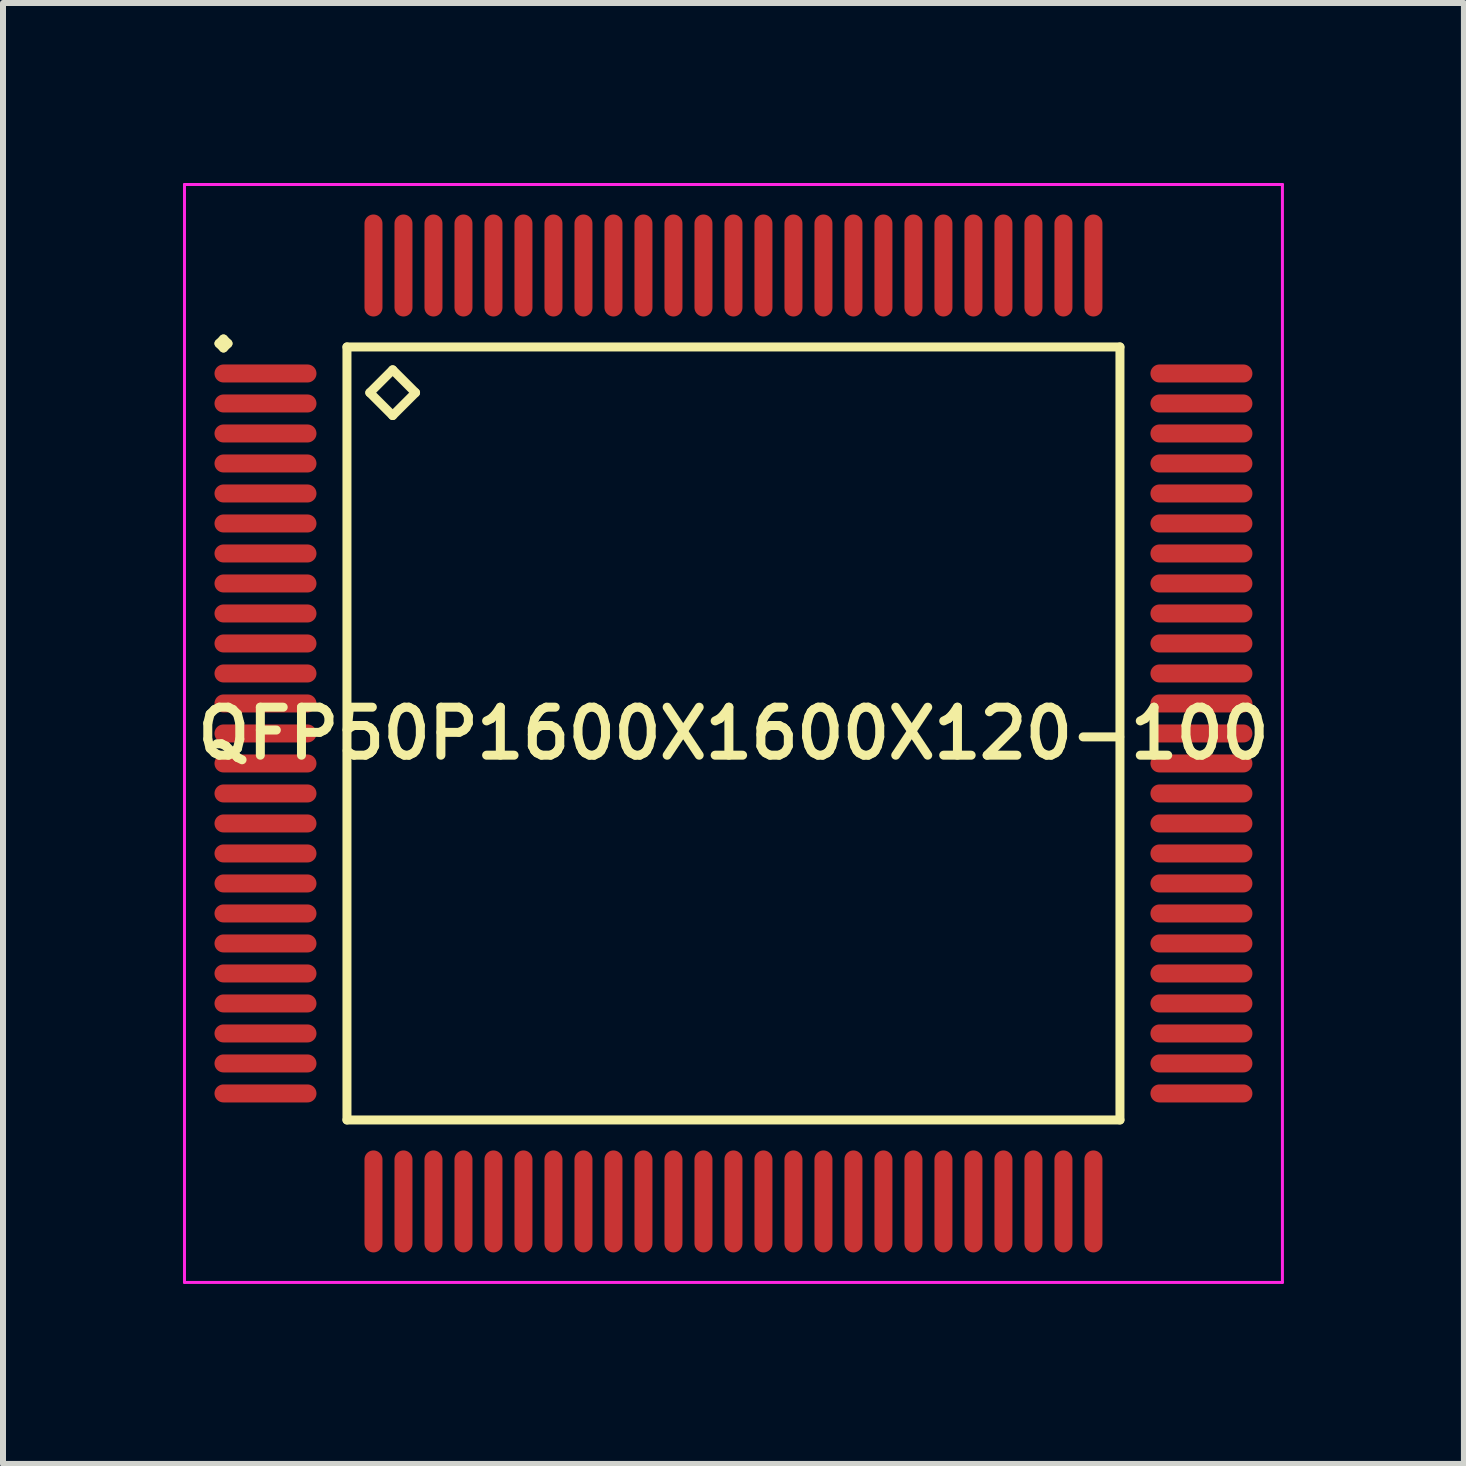
<source format=kicad_pcb>
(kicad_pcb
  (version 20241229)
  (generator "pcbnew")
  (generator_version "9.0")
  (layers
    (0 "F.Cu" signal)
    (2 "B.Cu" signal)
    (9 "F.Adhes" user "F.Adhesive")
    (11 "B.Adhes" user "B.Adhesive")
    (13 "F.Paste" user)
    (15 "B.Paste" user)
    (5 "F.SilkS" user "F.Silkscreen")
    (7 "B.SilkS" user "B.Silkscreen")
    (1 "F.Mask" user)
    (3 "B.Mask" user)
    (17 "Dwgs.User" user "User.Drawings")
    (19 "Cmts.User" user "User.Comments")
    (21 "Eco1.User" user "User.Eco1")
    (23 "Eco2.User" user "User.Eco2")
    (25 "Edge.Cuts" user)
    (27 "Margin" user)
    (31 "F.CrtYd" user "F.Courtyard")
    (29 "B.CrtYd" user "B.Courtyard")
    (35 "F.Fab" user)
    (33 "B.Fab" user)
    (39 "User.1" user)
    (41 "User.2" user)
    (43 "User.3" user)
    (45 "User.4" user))
  (footprint "QFP50P1600X1600X120-100"
    (layer "F.Cu")
    (at 9.175 9.175)
    (property "Reference" "QFP50P1600X1600X120-100" (at 0 0 0) (layer "F.SilkS") (effects (font (size 0.8 0.8) (thickness 0.15))))
    (attr smd)
    (fp_line (start -8.575 -6.5) (end -8.5 -6.575) (stroke (width 0.15) (type solid)) (layer "F.SilkS"))
    (fp_line (start -8.5 -6.575) (end -8.425 -6.5) (stroke (width 0.15) (type solid)) (layer "F.SilkS"))
    (fp_line (start -8.5 -6.425) (end -8.575 -6.5) (stroke (width 0.15) (type solid)) (layer "F.SilkS"))
    (fp_line (start -8.425 -6.5) (end -8.5 -6.425) (stroke (width 0.15) (type solid)) (layer "F.SilkS"))
    (fp_line (start -6.442 -6.442) (end -6.442 6.442) (stroke (width 0.15) (type solid)) (layer "F.SilkS"))
    (fp_line (start -6.442 6.442) (end 6.442 6.442) (stroke (width 0.15) (type solid)) (layer "F.SilkS"))
    (fp_line (start -6.061 -5.68) (end -5.68 -6.061) (stroke (width 0.15) (type solid)) (layer "F.SilkS"))
    (fp_line (start -5.68 -6.061) (end -5.299 -5.68) (stroke (width 0.15) (type solid)) (layer "F.SilkS"))
    (fp_line (start -5.68 -5.299) (end -6.061 -5.68) (stroke (width 0.15) (type solid)) (layer "F.SilkS"))
    (fp_line (start -5.299 -5.68) (end -5.68 -5.299) (stroke (width 0.15) (type solid)) (layer "F.SilkS"))
    (fp_line (start 6.442 -6.442) (end -6.442 -6.442) (stroke (width 0.15) (type solid)) (layer "F.SilkS"))
    (fp_line (start 6.442 6.442) (end 6.442 -6.442) (stroke (width 0.15) (type solid)) (layer "F.SilkS"))
    (fp_line (start -9.15 -9.15) (end 9.15 -9.15) (stroke (width 0.05) (type solid)) (layer "F.CrtYd"))
    (fp_line (start -9.15 9.15) (end -9.15 -9.15) (stroke (width 0.05) (type solid)) (layer "F.CrtYd"))
    (fp_line (start 9.15 -9.15) (end 9.15 9.15) (stroke (width 0.05) (type solid)) (layer "F.CrtYd"))
    (fp_line (start 9.15 9.15) (end -9.15 9.15) (stroke (width 0.05) (type solid)) (layer "F.CrtYd"))
    (pad "1" smd oval (at -7.8 -6) (size 1.7 0.3) (layers "F.Cu" "F.Mask" "F.Paste"))
    (pad "2" smd oval (at -7.8 -5.5) (size 1.7 0.3) (layers "F.Cu" "F.Mask" "F.Paste"))
    (pad "3" smd oval (at -7.8 -5) (size 1.7 0.3) (layers "F.Cu" "F.Mask" "F.Paste"))
    (pad "4" smd oval (at -7.8 -4.5) (size 1.7 0.3) (layers "F.Cu" "F.Mask" "F.Paste"))
    (pad "5" smd oval (at -7.8 -4) (size 1.7 0.3) (layers "F.Cu" "F.Mask" "F.Paste"))
    (pad "6" smd oval (at -7.8 -3.5) (size 1.7 0.3) (layers "F.Cu" "F.Mask" "F.Paste"))
    (pad "7" smd oval (at -7.8 -3) (size 1.7 0.3) (layers "F.Cu" "F.Mask" "F.Paste"))
    (pad "8" smd oval (at -7.8 -2.5) (size 1.7 0.3) (layers "F.Cu" "F.Mask" "F.Paste"))
    (pad "9" smd oval (at -7.8 -2) (size 1.7 0.3) (layers "F.Cu" "F.Mask" "F.Paste"))
    (pad "10" smd oval (at -7.8 -1.5) (size 1.7 0.3) (layers "F.Cu" "F.Mask" "F.Paste"))
    (pad "11" smd oval (at -7.8 -1) (size 1.7 0.3) (layers "F.Cu" "F.Mask" "F.Paste"))
    (pad "12" smd oval (at -7.8 -0.5) (size 1.7 0.3) (layers "F.Cu" "F.Mask" "F.Paste"))
    (pad "13" smd oval (at -7.8 0) (size 1.7 0.3) (layers "F.Cu" "F.Mask" "F.Paste"))
    (pad "14" smd oval (at -7.8 0.5) (size 1.7 0.3) (layers "F.Cu" "F.Mask" "F.Paste"))
    (pad "15" smd oval (at -7.8 1) (size 1.7 0.3) (layers "F.Cu" "F.Mask" "F.Paste"))
    (pad "16" smd oval (at -7.8 1.5) (size 1.7 0.3) (layers "F.Cu" "F.Mask" "F.Paste"))
    (pad "17" smd oval (at -7.8 2) (size 1.7 0.3) (layers "F.Cu" "F.Mask" "F.Paste"))
    (pad "18" smd oval (at -7.8 2.5) (size 1.7 0.3) (layers "F.Cu" "F.Mask" "F.Paste"))
    (pad "19" smd oval (at -7.8 3) (size 1.7 0.3) (layers "F.Cu" "F.Mask" "F.Paste"))
    (pad "20" smd oval (at -7.8 3.5) (size 1.7 0.3) (layers "F.Cu" "F.Mask" "F.Paste"))
    (pad "21" smd oval (at -7.8 4) (size 1.7 0.3) (layers "F.Cu" "F.Mask" "F.Paste"))
    (pad "22" smd oval (at -7.8 4.5) (size 1.7 0.3) (layers "F.Cu" "F.Mask" "F.Paste"))
    (pad "23" smd oval (at -7.8 5) (size 1.7 0.3) (layers "F.Cu" "F.Mask" "F.Paste"))
    (pad "24" smd oval (at -7.8 5.5) (size 1.7 0.3) (layers "F.Cu" "F.Mask" "F.Paste"))
    (pad "25" smd oval (at -7.8 6) (size 1.7 0.3) (layers "F.Cu" "F.Mask" "F.Paste"))
    (pad "26" smd oval (at -6 7.8) (size 0.3 1.7) (layers "F.Cu" "F.Mask" "F.Paste"))
    (pad "27" smd oval (at -5.5 7.8) (size 0.3 1.7) (layers "F.Cu" "F.Mask" "F.Paste"))
    (pad "28" smd oval (at -5 7.8) (size 0.3 1.7) (layers "F.Cu" "F.Mask" "F.Paste"))
    (pad "29" smd oval (at -4.5 7.8) (size 0.3 1.7) (layers "F.Cu" "F.Mask" "F.Paste"))
    (pad "30" smd oval (at -4 7.8) (size 0.3 1.7) (layers "F.Cu" "F.Mask" "F.Paste"))
    (pad "31" smd oval (at -3.5 7.8) (size 0.3 1.7) (layers "F.Cu" "F.Mask" "F.Paste"))
    (pad "32" smd oval (at -3 7.8) (size 0.3 1.7) (layers "F.Cu" "F.Mask" "F.Paste"))
    (pad "33" smd oval (at -2.5 7.8) (size 0.3 1.7) (layers "F.Cu" "F.Mask" "F.Paste"))
    (pad "34" smd oval (at -2 7.8) (size 0.3 1.7) (layers "F.Cu" "F.Mask" "F.Paste"))
    (pad "35" smd oval (at -1.5 7.8) (size 0.3 1.7) (layers "F.Cu" "F.Mask" "F.Paste"))
    (pad "36" smd oval (at -1 7.8) (size 0.3 1.7) (layers "F.Cu" "F.Mask" "F.Paste"))
    (pad "37" smd oval (at -0.5 7.8) (size 0.3 1.7) (layers "F.Cu" "F.Mask" "F.Paste"))
    (pad "38" smd oval (at 0 7.8) (size 0.3 1.7) (layers "F.Cu" "F.Mask" "F.Paste"))
    (pad "39" smd oval (at 0.5 7.8) (size 0.3 1.7) (layers "F.Cu" "F.Mask" "F.Paste"))
    (pad "40" smd oval (at 1 7.8) (size 0.3 1.7) (layers "F.Cu" "F.Mask" "F.Paste"))
    (pad "41" smd oval (at 1.5 7.8) (size 0.3 1.7) (layers "F.Cu" "F.Mask" "F.Paste"))
    (pad "42" smd oval (at 2 7.8) (size 0.3 1.7) (layers "F.Cu" "F.Mask" "F.Paste"))
    (pad "43" smd oval (at 2.5 7.8) (size 0.3 1.7) (layers "F.Cu" "F.Mask" "F.Paste"))
    (pad "44" smd oval (at 3 7.8) (size 0.3 1.7) (layers "F.Cu" "F.Mask" "F.Paste"))
    (pad "45" smd oval (at 3.5 7.8) (size 0.3 1.7) (layers "F.Cu" "F.Mask" "F.Paste"))
    (pad "46" smd oval (at 4 7.8) (size 0.3 1.7) (layers "F.Cu" "F.Mask" "F.Paste"))
    (pad "47" smd oval (at 4.5 7.8) (size 0.3 1.7) (layers "F.Cu" "F.Mask" "F.Paste"))
    (pad "48" smd oval (at 5 7.8) (size 0.3 1.7) (layers "F.Cu" "F.Mask" "F.Paste"))
    (pad "49" smd oval (at 5.5 7.8) (size 0.3 1.7) (layers "F.Cu" "F.Mask" "F.Paste"))
    (pad "50" smd oval (at 6 7.8) (size 0.3 1.7) (layers "F.Cu" "F.Mask" "F.Paste"))
    (pad "51" smd oval (at 7.8 6) (size 1.7 0.3) (layers "F.Cu" "F.Mask" "F.Paste"))
    (pad "52" smd oval (at 7.8 5.5) (size 1.7 0.3) (layers "F.Cu" "F.Mask" "F.Paste"))
    (pad "53" smd oval (at 7.8 5) (size 1.7 0.3) (layers "F.Cu" "F.Mask" "F.Paste"))
    (pad "54" smd oval (at 7.8 4.5) (size 1.7 0.3) (layers "F.Cu" "F.Mask" "F.Paste"))
    (pad "55" smd oval (at 7.8 4) (size 1.7 0.3) (layers "F.Cu" "F.Mask" "F.Paste"))
    (pad "56" smd oval (at 7.8 3.5) (size 1.7 0.3) (layers "F.Cu" "F.Mask" "F.Paste"))
    (pad "57" smd oval (at 7.8 3) (size 1.7 0.3) (layers "F.Cu" "F.Mask" "F.Paste"))
    (pad "58" smd oval (at 7.8 2.5) (size 1.7 0.3) (layers "F.Cu" "F.Mask" "F.Paste"))
    (pad "59" smd oval (at 7.8 2) (size 1.7 0.3) (layers "F.Cu" "F.Mask" "F.Paste"))
    (pad "60" smd oval (at 7.8 1.5) (size 1.7 0.3) (layers "F.Cu" "F.Mask" "F.Paste"))
    (pad "61" smd oval (at 7.8 1) (size 1.7 0.3) (layers "F.Cu" "F.Mask" "F.Paste"))
    (pad "62" smd oval (at 7.8 0.5) (size 1.7 0.3) (layers "F.Cu" "F.Mask" "F.Paste"))
    (pad "63" smd oval (at 7.8 0) (size 1.7 0.3) (layers "F.Cu" "F.Mask" "F.Paste"))
    (pad "64" smd oval (at 7.8 -0.5) (size 1.7 0.3) (layers "F.Cu" "F.Mask" "F.Paste"))
    (pad "65" smd oval (at 7.8 -1) (size 1.7 0.3) (layers "F.Cu" "F.Mask" "F.Paste"))
    (pad "66" smd oval (at 7.8 -1.5) (size 1.7 0.3) (layers "F.Cu" "F.Mask" "F.Paste"))
    (pad "67" smd oval (at 7.8 -2) (size 1.7 0.3) (layers "F.Cu" "F.Mask" "F.Paste"))
    (pad "68" smd oval (at 7.8 -2.5) (size 1.7 0.3) (layers "F.Cu" "F.Mask" "F.Paste"))
    (pad "69" smd oval (at 7.8 -3) (size 1.7 0.3) (layers "F.Cu" "F.Mask" "F.Paste"))
    (pad "70" smd oval (at 7.8 -3.5) (size 1.7 0.3) (layers "F.Cu" "F.Mask" "F.Paste"))
    (pad "71" smd oval (at 7.8 -4) (size 1.7 0.3) (layers "F.Cu" "F.Mask" "F.Paste"))
    (pad "72" smd oval (at 7.8 -4.5) (size 1.7 0.3) (layers "F.Cu" "F.Mask" "F.Paste"))
    (pad "73" smd oval (at 7.8 -5) (size 1.7 0.3) (layers "F.Cu" "F.Mask" "F.Paste"))
    (pad "74" smd oval (at 7.8 -5.5) (size 1.7 0.3) (layers "F.Cu" "F.Mask" "F.Paste"))
    (pad "75" smd oval (at 7.8 -6) (size 1.7 0.3) (layers "F.Cu" "F.Mask" "F.Paste"))
    (pad "76" smd oval (at 6 -7.8) (size 0.3 1.7) (layers "F.Cu" "F.Mask" "F.Paste"))
    (pad "77" smd oval (at 5.5 -7.8) (size 0.3 1.7) (layers "F.Cu" "F.Mask" "F.Paste"))
    (pad "78" smd oval (at 5 -7.8) (size 0.3 1.7) (layers "F.Cu" "F.Mask" "F.Paste"))
    (pad "79" smd oval (at 4.5 -7.8) (size 0.3 1.7) (layers "F.Cu" "F.Mask" "F.Paste"))
    (pad "80" smd oval (at 4 -7.8) (size 0.3 1.7) (layers "F.Cu" "F.Mask" "F.Paste"))
    (pad "81" smd oval (at 3.5 -7.8) (size 0.3 1.7) (layers "F.Cu" "F.Mask" "F.Paste"))
    (pad "82" smd oval (at 3 -7.8) (size 0.3 1.7) (layers "F.Cu" "F.Mask" "F.Paste"))
    (pad "83" smd oval (at 2.5 -7.8) (size 0.3 1.7) (layers "F.Cu" "F.Mask" "F.Paste"))
    (pad "84" smd oval (at 2 -7.8) (size 0.3 1.7) (layers "F.Cu" "F.Mask" "F.Paste"))
    (pad "85" smd oval (at 1.5 -7.8) (size 0.3 1.7) (layers "F.Cu" "F.Mask" "F.Paste"))
    (pad "86" smd oval (at 1 -7.8) (size 0.3 1.7) (layers "F.Cu" "F.Mask" "F.Paste"))
    (pad "87" smd oval (at 0.5 -7.8) (size 0.3 1.7) (layers "F.Cu" "F.Mask" "F.Paste"))
    (pad "88" smd oval (at 0 -7.8) (size 0.3 1.7) (layers "F.Cu" "F.Mask" "F.Paste"))
    (pad "89" smd oval (at -0.5 -7.8) (size 0.3 1.7) (layers "F.Cu" "F.Mask" "F.Paste"))
    (pad "90" smd oval (at -1 -7.8) (size 0.3 1.7) (layers "F.Cu" "F.Mask" "F.Paste"))
    (pad "91" smd oval (at -1.5 -7.8) (size 0.3 1.7) (layers "F.Cu" "F.Mask" "F.Paste"))
    (pad "92" smd oval (at -2 -7.8) (size 0.3 1.7) (layers "F.Cu" "F.Mask" "F.Paste"))
    (pad "93" smd oval (at -2.5 -7.8) (size 0.3 1.7) (layers "F.Cu" "F.Mask" "F.Paste"))
    (pad "94" smd oval (at -3 -7.8) (size 0.3 1.7) (layers "F.Cu" "F.Mask" "F.Paste"))
    (pad "95" smd oval (at -3.5 -7.8) (size 0.3 1.7) (layers "F.Cu" "F.Mask" "F.Paste"))
    (pad "96" smd oval (at -4 -7.8) (size 0.3 1.7) (layers "F.Cu" "F.Mask" "F.Paste"))
    (pad "97" smd oval (at -4.5 -7.8) (size 0.3 1.7) (layers "F.Cu" "F.Mask" "F.Paste"))
    (pad "98" smd oval (at -5 -7.8) (size 0.3 1.7) (layers "F.Cu" "F.Mask" "F.Paste"))
    (pad "99" smd oval (at -5.5 -7.8) (size 0.3 1.7) (layers "F.Cu" "F.Mask" "F.Paste"))
    (pad "100" smd oval (at -6 -7.8) (size 0.3 1.7) (layers "F.Cu" "F.Mask" "F.Paste")))
  (gr_rect
    (start -3 -3)
    (end 21.35 21.35)
    (stroke (width 0.1) (type default))
    (fill no)
    (layer "Edge.Cuts")))
</source>
